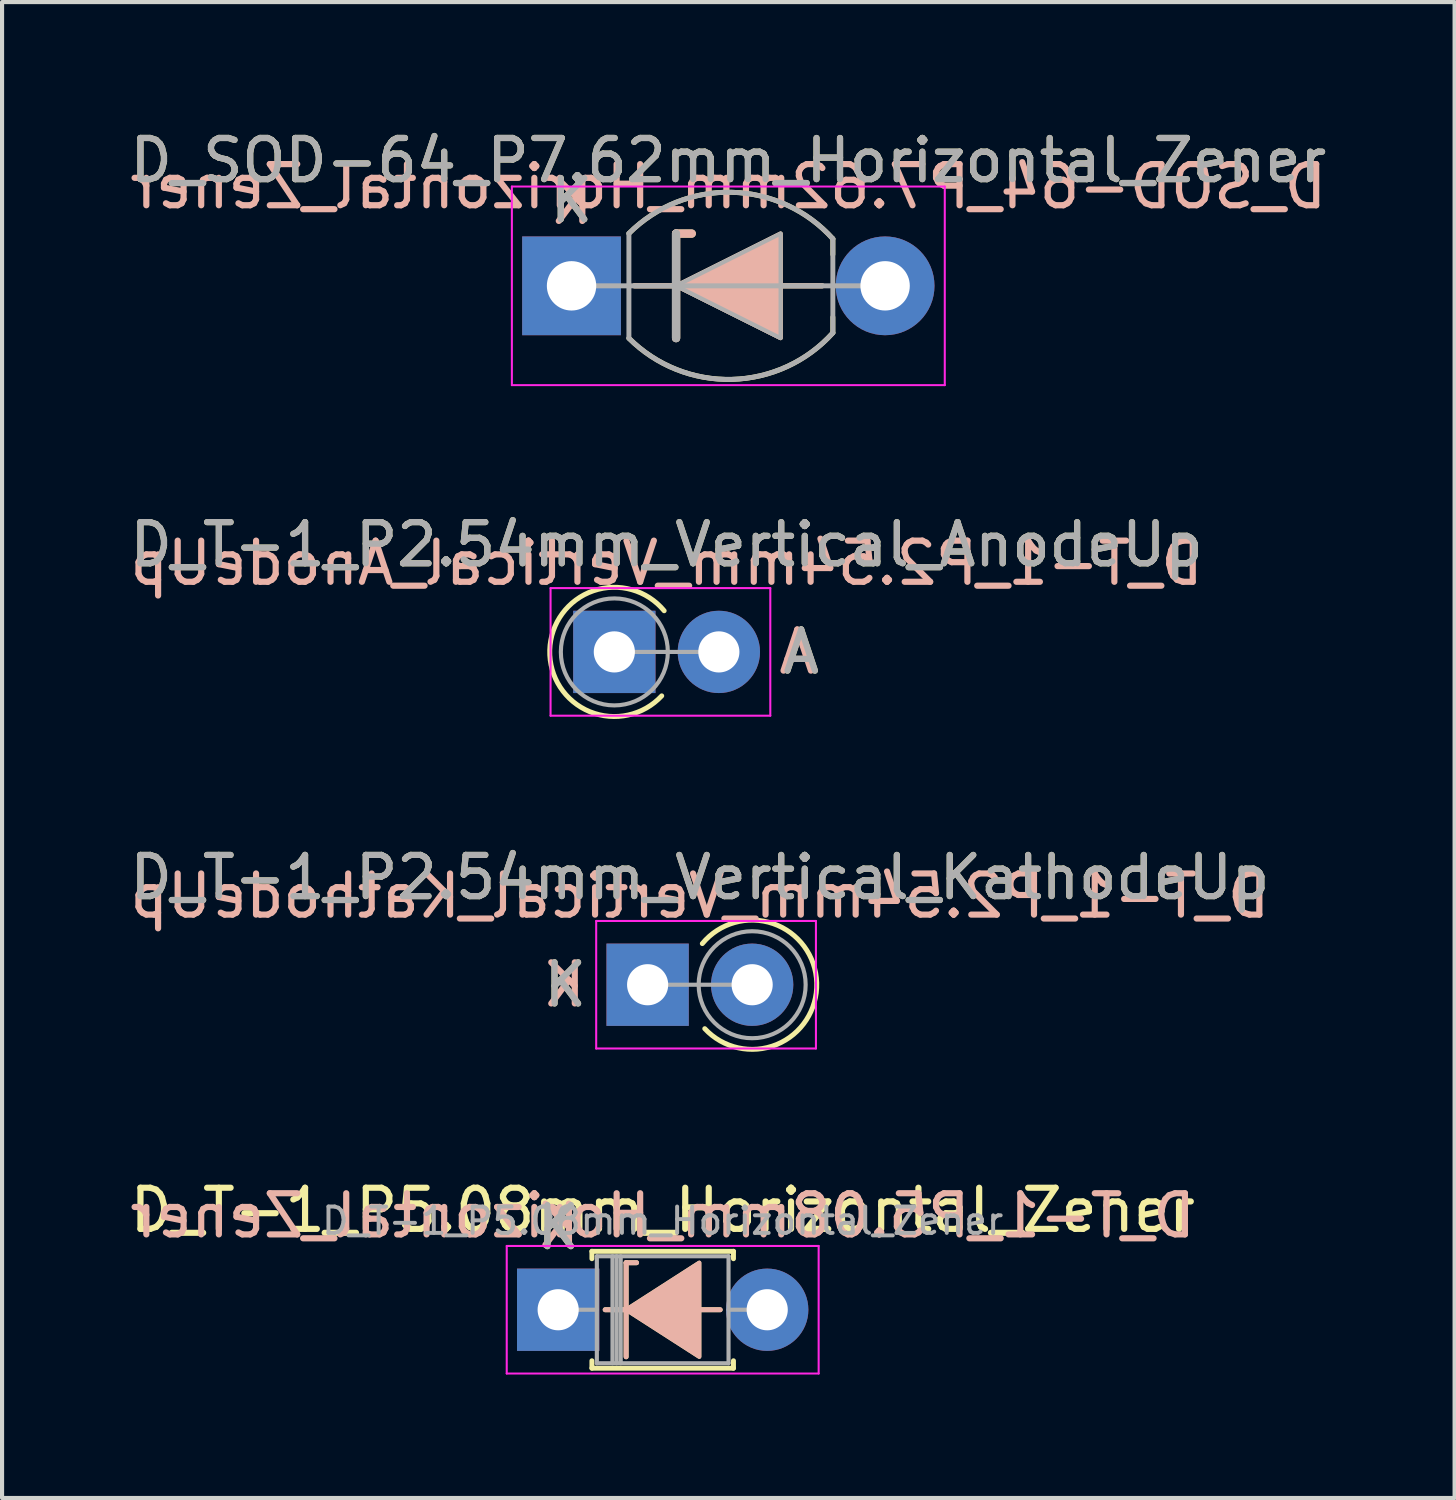
<source format=kicad_pcb>
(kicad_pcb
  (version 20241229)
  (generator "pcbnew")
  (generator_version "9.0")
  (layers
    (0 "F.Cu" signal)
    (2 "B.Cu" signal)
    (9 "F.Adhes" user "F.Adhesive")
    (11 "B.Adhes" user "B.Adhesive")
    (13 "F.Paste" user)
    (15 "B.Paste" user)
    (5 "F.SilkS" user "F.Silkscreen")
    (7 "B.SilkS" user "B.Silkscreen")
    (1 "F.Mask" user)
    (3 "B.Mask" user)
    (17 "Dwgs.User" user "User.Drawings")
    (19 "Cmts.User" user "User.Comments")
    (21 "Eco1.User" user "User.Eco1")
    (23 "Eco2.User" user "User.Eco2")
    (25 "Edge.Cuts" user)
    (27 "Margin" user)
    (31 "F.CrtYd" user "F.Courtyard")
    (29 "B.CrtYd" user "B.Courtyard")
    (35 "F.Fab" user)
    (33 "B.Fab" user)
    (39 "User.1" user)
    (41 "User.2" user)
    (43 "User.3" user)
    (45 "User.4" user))
  (footprint "D_T-1_P5.08mm_Horizontal_Zener"
    (layer "F.Cu")
    (at 10.514 28.778)
    (property "Reference" "D_T-1_P5.08mm_Horizontal_Zener" (at 2.54 -2.42 0) (layer "F.SilkS") (effects (font (size 1 1) (thickness 0.15))))
    (fp_line (start 0.82 -1.42) (end 4.26 -1.42) (stroke (width 0.12) (type solid)) (layer "F.SilkS"))
    (fp_line (start 0.82 -1.24) (end 0.82 -1.42) (stroke (width 0.12) (type solid)) (layer "F.SilkS"))
    (fp_line (start 0.82 1.24) (end 0.82 1.42) (stroke (width 0.12) (type solid)) (layer "F.SilkS"))
    (fp_line (start 0.82 1.42) (end 4.26 1.42) (stroke (width 0.12) (type solid)) (layer "F.SilkS"))
    (fp_line (start 1.651 -1.143) (end 1.651 1.143) (stroke (width 0.12) (type solid)) (layer "F.SilkS"))
    (fp_line (start 1.651 -1.143) (end 1.905 -1.143) (stroke (width 0.12) (type solid)) (layer "F.SilkS"))
    (fp_line (start 1.778 0) (end 1.143 0) (stroke (width 0.12) (type solid)) (layer "F.SilkS"))
    (fp_line (start 3.429 0) (end 3.937 0) (stroke (width 0.12) (type solid)) (layer "F.SilkS"))
    (fp_line (start 4.26 -1.42) (end 4.26 -1.24) (stroke (width 0.12) (type solid)) (layer "F.SilkS"))
    (fp_line (start 4.26 1.42) (end 4.26 1.24) (stroke (width 0.12) (type solid)) (layer "F.SilkS"))
    (fp_poly (pts (xy 3.429 1.143) (xy 1.651 0) (xy 3.429 -1.143)) (stroke (width 0.1) (type solid)) (fill yes) (layer "F.SilkS"))
    (fp_line (start 1.651 -1.143) (end 1.905 -1.143) (stroke (width 0.12) (type solid)) (layer "B.SilkS"))
    (fp_line (start 1.651 1.143) (end 1.651 -1.143) (stroke (width 0.12) (type solid)) (layer "B.SilkS"))
    (fp_line (start 1.778 0) (end 1.143 0) (stroke (width 0.12) (type solid)) (layer "B.SilkS"))
    (fp_line (start 3.429 0) (end 3.937 0) (stroke (width 0.12) (type solid)) (layer "B.SilkS"))
    (fp_poly (pts (xy 3.429 -1.143) (xy 1.651 0) (xy 3.429 1.143)) (stroke (width 0.1) (type solid)) (fill yes) (layer "B.SilkS"))
    (fp_line (start -1.25 -1.55) (end -1.25 1.55) (stroke (width 0.05) (type solid)) (layer "F.CrtYd"))
    (fp_line (start -1.25 1.55) (end 6.33 1.55) (stroke (width 0.05) (type solid)) (layer "F.CrtYd"))
    (fp_line (start 6.33 -1.55) (end -1.25 -1.55) (stroke (width 0.05) (type solid)) (layer "F.CrtYd"))
    (fp_line (start 6.33 1.55) (end 6.33 -1.55) (stroke (width 0.05) (type solid)) (layer "F.CrtYd"))
    (fp_line (start 0 0) (end 0.94 0) (stroke (width 0.1) (type solid)) (layer "F.Fab"))
    (fp_line (start 0.94 -1.3) (end 0.94 1.3) (stroke (width 0.1) (type solid)) (layer "F.Fab"))
    (fp_line (start 0.94 1.3) (end 4.14 1.3) (stroke (width 0.1) (type solid)) (layer "F.Fab"))
    (fp_line (start 1.32 -1.3) (end 1.32 1.3) (stroke (width 0.1) (type solid)) (layer "F.Fab"))
    (fp_line (start 1.42 -1.3) (end 1.42 1.3) (stroke (width 0.1) (type solid)) (layer "F.Fab"))
    (fp_line (start 1.52 -1.3) (end 1.52 1.3) (stroke (width 0.1) (type solid)) (layer "F.Fab"))
    (fp_line (start 4.14 -1.3) (end 0.94 -1.3) (stroke (width 0.1) (type solid)) (layer "F.Fab"))
    (fp_line (start 4.14 1.3) (end 4.14 -1.3) (stroke (width 0.1) (type solid)) (layer "F.Fab"))
    (fp_line (start 5.08 0) (end 4.14 0) (stroke (width 0.1) (type solid)) (layer "F.Fab"))
    (fp_text user "K" (at 0 -2 0) (layer "F.SilkS") (effects (font (size 1 1) (thickness 0.15))))
    (fp_text user "K" (at 0 -2.032 0) (layer "B.SilkS") (effects (font (size 1 1) (thickness 0.15)) (justify mirror)))
    (fp_text user "${REFERENCE}" (at 2.54 -2.286 0) (layer "B.SilkS") (effects (font (size 1 1) (thickness 0.15)) (justify mirror)))
    (fp_text user "K" (at 0 -2 0) (layer "F.Fab") (effects (font (size 1 1) (thickness 0.15))))
    (fp_text user "${REFERENCE}" (at 2.54 -2.159 0) (layer "F.Fab") (effects (font (size 0.64 0.64) (thickness 0.096))))
    (pad "1" thru_hole rect (at 0 0) (size 2 2) (drill 1) (layers "*.Cu" "*.Mask"))
    (pad "2" thru_hole oval (at 5.08 0) (size 2 2) (drill 1) (layers "*.Cu" "*.Mask")))
  (footprint "D_T-1_P2.54mm_Vertical_KathodeUp"
    (layer "F.Cu")
    (at 12.688 20.88)
    (property "Reference" "D_T-1_P2.54mm_Vertical_KathodeUp" (at 1.27 -2.609 0) (layer "F.SilkS") (effects (font (size 1 1) (thickness 0.15))))
    (fp_arc (start 1.329228 -1) (mid 4.10969 -0.045178) (end 1.388747 1.067982) (stroke (width 0.12) (type solid)) (layer "F.SilkS"))
    (fp_line (start -1.25 -1.55) (end -1.25 1.55) (stroke (width 0.05) (type solid)) (layer "F.CrtYd"))
    (fp_line (start -1.25 1.55) (end 4.09 1.55) (stroke (width 0.05) (type solid)) (layer "F.CrtYd"))
    (fp_line (start 4.09 -1.55) (end -1.25 -1.55) (stroke (width 0.05) (type solid)) (layer "F.CrtYd"))
    (fp_line (start 4.09 1.55) (end 4.09 -1.55) (stroke (width 0.05) (type solid)) (layer "F.CrtYd"))
    (fp_line (start 0 0) (end 2.54 0) (stroke (width 0.1) (type solid)) (layer "F.Fab"))
    (fp_circle (center 2.54 0) (end 3.84 0) (stroke (width 0.1) (type solid)) (fill no) (layer "F.Fab"))
    (fp_text user "K" (at -2 0 0) (layer "F.SilkS") (effects (font (size 1 1) (thickness 0.15))))
    (fp_text user "K" (at -2.032 0 0) (layer "B.SilkS") (effects (font (size 1 1) (thickness 0.15)) (justify mirror)))
    (fp_text user "${REFERENCE}" (at 1.27 -2.159 0) (layer "B.SilkS") (effects (font (size 1 1) (thickness 0.15)) (justify mirror)))
    (fp_text user "${REFERENCE}" (at 1.27 -2.609 0) (layer "F.Fab") (effects (font (size 1 1) (thickness 0.15))))
    (fp_text user "K" (at -2 0 0) (layer "F.Fab") (effects (font (size 1 1) (thickness 0.15))))
    (pad "1" thru_hole rect (at 0 0) (size 2 2) (drill 1) (layers "*.Cu" "*.Mask"))
    (pad "2" thru_hole oval (at 2.54 0) (size 2 2) (drill 1) (layers "*.Cu" "*.Mask")))
  (footprint "D_T-1_P2.54mm_Vertical_AnodeUp"
    (layer "F.Cu")
    (at 11.879 12.792)
    (property "Reference" "D_T-1_P2.54mm_Vertical_AnodeUp" (at 1.27 -2.609 0) (layer "F.SilkS") (effects (font (size 1 1) (thickness 0.15))))
    (fp_arc (start 1.151253 1.067982) (mid -1.56969 -0.045178) (end 1.210772 -1) (stroke (width 0.12) (type solid)) (layer "F.SilkS"))
    (fp_line (start -1.55 -1.55) (end -1.55 1.55) (stroke (width 0.05) (type solid)) (layer "F.CrtYd"))
    (fp_line (start -1.55 1.55) (end 3.79 1.55) (stroke (width 0.05) (type solid)) (layer "F.CrtYd"))
    (fp_line (start 3.79 -1.55) (end -1.55 -1.55) (stroke (width 0.05) (type solid)) (layer "F.CrtYd"))
    (fp_line (start 3.79 1.55) (end 3.79 -1.55) (stroke (width 0.05) (type solid)) (layer "F.CrtYd"))
    (fp_line (start 0 0) (end 2.54 0) (stroke (width 0.1) (type solid)) (layer "F.Fab"))
    (fp_circle (center 0 0) (end 1.3 0) (stroke (width 0.1) (type solid)) (fill no) (layer "F.Fab"))
    (fp_text user "A" (at 4.54 0 0) (layer "F.SilkS") (effects (font (size 1 1) (thickness 0.15))))
    (fp_text user "${REFERENCE}" (at 1.27 -2.159 0) (layer "B.SilkS") (effects (font (size 1 1) (thickness 0.15)) (justify mirror)))
    (fp_text user "A" (at 4.445 0 0) (layer "B.SilkS") (effects (font (size 1 1) (thickness 0.15)) (justify mirror)))
    (fp_text user "${REFERENCE}" (at 1.27 -2.609 0) (layer "F.Fab") (effects (font (size 1 1) (thickness 0.15))))
    (fp_text user "A" (at 4.54 0 0) (layer "F.Fab") (effects (font (size 1 1) (thickness 0.15))))
    (pad "1" thru_hole rect (at 0 0) (size 2 2) (drill 1) (layers "*.Cu" "*.Mask"))
    (pad "2" thru_hole oval (at 2.54 0) (size 2 2) (drill 1) (layers "*.Cu" "*.Mask")))
  (footprint "D_SOD-64_P7.62mm_Horizontal_Zener"
    (layer "F.Cu")
    (at 10.839 3.896)
    (property "Reference" "D_SOD-64_P7.62mm_Horizontal_Zener" (at 3.81 -3.048 0) (layer "F.SilkS") (effects (font (size 1 1) (thickness 0.15))))
    (fp_line (start 1.524 0) (end 6.096 0) (stroke (width 0.12) (type solid)) (layer "F.SilkS"))
    (fp_line (start 2.54 -1.27) (end 2.921 -1.27) (stroke (width 0.2) (type solid)) (layer "F.SilkS"))
    (fp_line (start 2.54 1.27) (end 2.54 -1.27) (stroke (width 0.2) (type solid)) (layer "F.SilkS"))
    (fp_line (start 6.35 -1.143) (end 6.35 -0.762) (stroke (width 0.12) (type solid)) (layer "F.SilkS"))
    (fp_line (start 6.35 1.143) (end 6.35 0.762) (stroke (width 0.12) (type solid)) (layer "F.SilkS"))
    (fp_arc (start 1.39366 -1.27334) (mid 3.899833 -2.273039) (end 6.349998 -1.143) (stroke (width 0.12) (type solid)) (layer "F.SilkS"))
    (fp_arc (start 6.35 1.143) (mid 3.900216 2.273029) (end 1.394202 1.273879) (stroke (width 0.12) (type solid)) (layer "F.SilkS"))
    (fp_poly (pts (xy 5.08 1.27) (xy 2.54 0) (xy 5.08 -1.27)) (stroke (width 0.1) (type solid)) (fill yes) (layer "F.SilkS"))
    (fp_line (start 1.524 0) (end 6.096 0) (stroke (width 0.12) (type solid)) (layer "B.SilkS"))
    (fp_line (start 2.54 -1.27) (end 2.54 1.27) (stroke (width 0.2) (type solid)) (layer "B.SilkS"))
    (fp_line (start 2.54 -1.27) (end 2.921 -1.27) (stroke (width 0.2) (type solid)) (layer "B.SilkS"))
    (fp_poly (pts (xy 5.08 -1.27) (xy 2.54 0) (xy 5.08 1.27)) (stroke (width 0.1) (type solid)) (fill yes) (layer "B.SilkS"))
    (fp_line (start -1.45 -2.413) (end -1.45 2.413) (stroke (width 0.05) (type solid)) (layer "F.CrtYd"))
    (fp_line (start -1.45 2.413) (end 9.07 2.413) (stroke (width 0.05) (type solid)) (layer "F.CrtYd"))
    (fp_line (start 9.07 -2.413) (end -1.45 -2.413) (stroke (width 0.05) (type solid)) (layer "F.CrtYd"))
    (fp_line (start 9.07 2.413) (end 9.07 -2.413) (stroke (width 0.05) (type solid)) (layer "F.CrtYd"))
    (fp_line (start 0.254 0) (end 7.366 0) (stroke (width 0.12) (type solid)) (layer "F.Fab"))
    (fp_line (start 1.394 1.274) (end 1.394 -1.273) (stroke (width 0.12) (type solid)) (layer "F.Fab"))
    (fp_line (start 2.54 1.27) (end 2.54 -1.27) (stroke (width 0.2) (type solid)) (layer "F.Fab"))
    (fp_line (start 6.35 -1.143) (end 6.35 1.143) (stroke (width 0.12) (type solid)) (layer "F.Fab"))
    (fp_arc (start 1.3942 -1.273879) (mid 3.900214 -2.273029) (end 6.349998 -1.143) (stroke (width 0.12) (type solid)) (layer "F.Fab"))
    (fp_arc (start 6.35 1.143) (mid 3.900216 2.273029) (end 1.394202 1.273879) (stroke (width 0.12) (type solid)) (layer "F.Fab"))
    (fp_poly (pts (xy 5.08 1.27) (xy 2.54 0) (xy 5.08 -1.27)) (stroke (width 0.1) (type solid)) (fill no) (layer "F.Fab"))
    (fp_text user "K" (at 0 -2.073 0) (layer "F.SilkS") (effects (font (size 1 1) (thickness 0.15))))
    (fp_text user "${REFERENCE}" (at 3.81 -2.413 0) (layer "B.SilkS") (effects (font (size 1 1) (thickness 0.15)) (justify mirror)))
    (fp_text user "K" (at 0 -2.032 0) (layer "B.SilkS") (effects (font (size 1 1) (thickness 0.15)) (justify mirror)))
    (fp_text user "K" (at 0 -2.073 0) (layer "F.Fab") (effects (font (size 1 1) (thickness 0.15))))
    (fp_text user "${REFERENCE}" (at 3.81 -3.048 0) (layer "F.Fab") (effects (font (size 1 1) (thickness 0.15))))
    (pad "1" thru_hole rect (at 0 0) (size 2.4 2.4) (drill 1.2) (layers "*.Cu" "*.Mask"))
    (pad "2" thru_hole oval (at 7.62 0) (size 2.4 2.4) (drill 1.2) (layers "*.Cu" "*.Mask")))
  (gr_rect
    (start -3 -3)
    (end 32.298 33.353)
    (stroke (width 0.1) (type default))
    (fill no)
    (layer "Edge.Cuts")))
</source>
